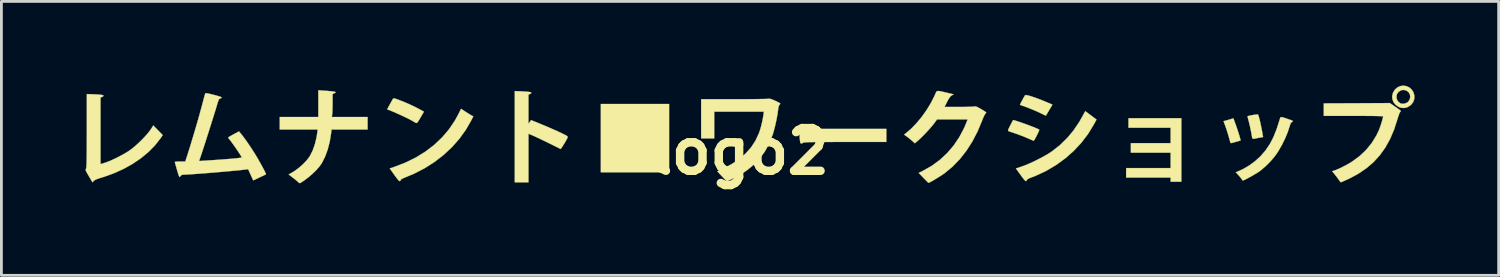
<source format=kicad_pcb>
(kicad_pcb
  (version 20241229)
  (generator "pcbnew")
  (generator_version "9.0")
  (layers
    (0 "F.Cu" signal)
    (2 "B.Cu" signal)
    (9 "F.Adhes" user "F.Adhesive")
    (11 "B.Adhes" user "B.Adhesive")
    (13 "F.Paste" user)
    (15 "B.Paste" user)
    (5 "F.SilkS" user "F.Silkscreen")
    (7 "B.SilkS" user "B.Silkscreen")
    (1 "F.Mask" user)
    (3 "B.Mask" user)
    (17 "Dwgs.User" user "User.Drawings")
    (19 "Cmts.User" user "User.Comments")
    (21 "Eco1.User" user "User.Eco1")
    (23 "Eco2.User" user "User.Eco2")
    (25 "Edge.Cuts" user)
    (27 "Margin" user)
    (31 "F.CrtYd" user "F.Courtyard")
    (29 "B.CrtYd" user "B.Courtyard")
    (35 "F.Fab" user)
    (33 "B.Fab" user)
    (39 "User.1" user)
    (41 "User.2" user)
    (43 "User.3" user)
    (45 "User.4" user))
  (footprint "logo2"
    (layer "F.Cu")
    (at 23.309 2.351)
    (property "Reference" "logo2" (at 0 0 0) (layer "F.SilkS") (effects (font (size 1.524 1.524) (thickness 0.3))))
    (attr through_hole)
    (fp_poly (pts (xy -2.498 0.741) (xy -4.932 0.741) (xy -4.932 -1.693) (xy -2.498 -1.693) (xy -2.498 0.741)) (stroke (width 0.01) (type solid)) (fill yes) (layer "F.SilkS"))
    (fp_poly (pts (xy 15.769 1.079) (xy 15.388 1.079) (xy 15.388 0.931) (xy 13.801 0.931) (xy 13.801 0.593) (xy 15.388 0.593) (xy 15.388 0.042) (xy 13.97 0.042) (xy 13.97 -0.296) (xy 15.388 -0.296) (xy 15.388 -0.847) (xy 13.885 -0.847) (xy 13.885 -1.185) (xy 15.769 -1.185) (xy 15.769 1.079)) (stroke (width 0.01) (type solid)) (fill yes) (layer "F.SilkS"))
    (fp_poly (pts (xy 5.249 -0.339) (xy 3.782 -0.339) (xy 3.493 -0.339) (xy 3.242 -0.338) (xy 3.029 -0.338) (xy 2.849 -0.337) (xy 2.699 -0.335) (xy 2.578 -0.333) (xy 2.482 -0.331) (xy 2.408 -0.328) (xy 2.353 -0.324) (xy 2.315 -0.32) (xy 2.29 -0.315) (xy 2.276 -0.309) (xy 2.274 -0.308) (xy 2.226 -0.28) (xy 2.195 -0.288) (xy 2.177 -0.333) (xy 2.172 -0.365) (xy 2.165 -0.431) (xy 2.158 -0.52) (xy 2.152 -0.617) (xy 2.151 -0.63) (xy 2.142 -0.804) (xy 5.249 -0.804) (xy 5.249 -0.339)) (stroke (width 0.01) (type solid)) (fill yes) (layer "F.SilkS"))
    (fp_poly (pts (xy 17.703 -0.971) (xy 17.736 -0.878) (xy 17.77 -0.776) (xy 17.804 -0.672) (xy 17.835 -0.574) (xy 17.859 -0.49) (xy 17.876 -0.427) (xy 17.882 -0.395) (xy 17.881 -0.392) (xy 17.858 -0.384) (xy 17.806 -0.369) (xy 17.738 -0.349) (xy 17.664 -0.329) (xy 17.599 -0.311) (xy 17.552 -0.299) (xy 17.538 -0.296) (xy 17.521 -0.313) (xy 17.517 -0.323) (xy 17.508 -0.354) (xy 17.491 -0.415) (xy 17.469 -0.496) (xy 17.457 -0.54) (xy 17.423 -0.653) (xy 17.383 -0.778) (xy 17.345 -0.889) (xy 17.34 -0.904) (xy 17.275 -1.079) (xy 17.353 -1.1) (xy 17.424 -1.12) (xy 17.505 -1.145) (xy 17.528 -1.151) (xy 17.625 -1.181) (xy 17.703 -0.971)) (stroke (width 0.01) (type solid)) (fill yes) (layer "F.SilkS"))
    (fp_poly (pts (xy -12.286 -1.889) (xy -12.232 -1.873) (xy -12.149 -1.843) (xy -12.116 -1.831) (xy -11.932 -1.758) (xy -11.737 -1.672) (xy -11.547 -1.582) (xy -11.381 -1.495) (xy -11.373 -1.491) (xy -11.242 -1.418) (xy -11.35 -1.233) (xy -11.407 -1.135) (xy -11.448 -1.069) (xy -11.478 -1.031) (xy -11.503 -1.015) (xy -11.527 -1.018) (xy -11.557 -1.034) (xy -11.568 -1.041) (xy -11.652 -1.091) (xy -11.767 -1.152) (xy -11.904 -1.22) (xy -12.054 -1.291) (xy -12.207 -1.36) (xy -12.356 -1.424) (xy -12.49 -1.478) (xy -12.5 -1.482) (xy -12.553 -1.502) (xy -12.462 -1.667) (xy -12.419 -1.745) (xy -12.381 -1.814) (xy -12.354 -1.86) (xy -12.349 -1.87) (xy -12.336 -1.886) (xy -12.318 -1.893) (xy -12.286 -1.889)) (stroke (width 0.01) (type solid)) (fill yes) (layer "F.SilkS"))
    (fp_poly (pts (xy 10.287 -2.001) (xy 10.378 -1.977) (xy 10.492 -1.94) (xy 10.626 -1.893) (xy 10.775 -1.836) (xy 10.933 -1.771) (xy 10.936 -1.77) (xy 11.172 -1.67) (xy 11.059 -1.478) (xy 11.011 -1.398) (xy 10.972 -1.334) (xy 10.947 -1.292) (xy 10.939 -1.28) (xy 10.918 -1.286) (xy 10.871 -1.307) (xy 10.806 -1.339) (xy 10.806 -1.339) (xy 10.704 -1.388) (xy 10.58 -1.444) (xy 10.445 -1.501) (xy 10.314 -1.554) (xy 10.199 -1.598) (xy 10.139 -1.619) (xy 10.075 -1.64) (xy 10.029 -1.657) (xy 10.015 -1.663) (xy 10.022 -1.682) (xy 10.044 -1.729) (xy 10.077 -1.792) (xy 10.115 -1.863) (xy 10.153 -1.931) (xy 10.186 -1.987) (xy 10.198 -2.006) (xy 10.226 -2.011) (xy 10.287 -2.001)) (stroke (width 0.01) (type solid)) (fill yes) (layer "F.SilkS"))
    (fp_poly (pts (xy 18.503 -1.316) (xy 18.517 -1.286) (xy 18.537 -1.223) (xy 18.56 -1.133) (xy 18.586 -1.025) (xy 18.611 -0.905) (xy 18.636 -0.782) (xy 18.644 -0.739) (xy 18.684 -0.514) (xy 18.544 -0.489) (xy 18.464 -0.474) (xy 18.396 -0.46) (xy 18.357 -0.452) (xy 18.314 -0.453) (xy 18.301 -0.469) (xy 18.293 -0.503) (xy 18.282 -0.566) (xy 18.268 -0.644) (xy 18.267 -0.652) (xy 18.251 -0.735) (xy 18.23 -0.837) (xy 18.206 -0.945) (xy 18.18 -1.051) (xy 18.157 -1.142) (xy 18.138 -1.209) (xy 18.13 -1.229) (xy 18.13 -1.247) (xy 18.151 -1.261) (xy 18.199 -1.276) (xy 18.281 -1.292) (xy 18.303 -1.296) (xy 18.387 -1.31) (xy 18.455 -1.317) (xy 18.496 -1.318) (xy 18.503 -1.316)) (stroke (width 0.01) (type solid)) (fill yes) (layer "F.SilkS"))
    (fp_poly (pts (xy -9.765 -1.421) (xy -9.686 -1.371) (xy -9.612 -1.325) (xy -9.556 -1.292) (xy -9.547 -1.287) (xy -9.481 -1.25) (xy -9.548 -1.118) (xy -9.744 -0.777) (xy -9.976 -0.455) (xy -10.242 -0.154) (xy -10.539 0.123) (xy -10.865 0.375) (xy -11.217 0.599) (xy -11.594 0.793) (xy -11.88 0.913) (xy -11.96 0.946) (xy -12.023 0.977) (xy -12.059 1) (xy -12.065 1.008) (xy -12.08 1.041) (xy -12.093 1.055) (xy -12.11 1.058) (xy -12.135 1.041) (xy -12.173 1) (xy -12.227 0.93) (xy -12.291 0.842) (xy -12.46 0.606) (xy -12.289 0.548) (xy -11.893 0.395) (xy -11.524 0.213) (xy -11.184 0.003) (xy -10.875 -0.234) (xy -10.597 -0.496) (xy -10.352 -0.783) (xy -10.141 -1.094) (xy -10.019 -1.316) (xy -9.917 -1.52) (xy -9.765 -1.421)) (stroke (width 0.01) (type solid)) (fill yes) (layer "F.SilkS"))
    (fp_poly (pts (xy 12.743 -1.137) (xy 12.644 -0.955) (xy 12.441 -0.622) (xy 12.202 -0.309) (xy 11.931 -0.019) (xy 11.63 0.246) (xy 11.303 0.483) (xy 10.954 0.69) (xy 10.584 0.863) (xy 10.43 0.923) (xy 10.354 0.953) (xy 10.297 0.982) (xy 10.268 1.003) (xy 10.266 1.008) (xy 10.251 1.041) (xy 10.238 1.055) (xy 10.221 1.057) (xy 10.194 1.037) (xy 10.154 0.993) (xy 10.097 0.919) (xy 10.041 0.842) (xy 9.871 0.606) (xy 10.084 0.536) (xy 10.221 0.485) (xy 10.38 0.417) (xy 10.551 0.337) (xy 10.724 0.25) (xy 10.889 0.161) (xy 11.036 0.076) (xy 11.153 -0.001) (xy 11.16 -0.006) (xy 11.444 -0.231) (xy 11.695 -0.475) (xy 11.92 -0.743) (xy 12.123 -1.042) (xy 12.243 -1.253) (xy 12.343 -1.437) (xy 12.743 -1.137)) (stroke (width 0.01) (type solid)) (fill yes) (layer "F.SilkS"))
    (fp_poly (pts (xy 9.791 -1.115) (xy 9.846 -1.101) (xy 9.927 -1.075) (xy 10.028 -1.042) (xy 10.14 -1.002) (xy 10.258 -0.96) (xy 10.375 -0.916) (xy 10.483 -0.874) (xy 10.577 -0.836) (xy 10.65 -0.805) (xy 10.694 -0.783) (xy 10.703 -0.776) (xy 10.699 -0.754) (xy 10.679 -0.705) (xy 10.648 -0.638) (xy 10.611 -0.564) (xy 10.573 -0.491) (xy 10.539 -0.431) (xy 10.514 -0.392) (xy 10.504 -0.382) (xy 10.479 -0.391) (xy 10.425 -0.413) (xy 10.35 -0.446) (xy 10.299 -0.468) (xy 10.197 -0.511) (xy 10.073 -0.56) (xy 9.945 -0.608) (xy 9.865 -0.637) (xy 9.768 -0.67) (xy 9.685 -0.698) (xy 9.624 -0.719) (xy 9.595 -0.73) (xy 9.595 -0.73) (xy 9.59 -0.752) (xy 9.61 -0.809) (xy 9.654 -0.901) (xy 9.667 -0.925) (xy 9.709 -1.004) (xy 9.742 -1.068) (xy 9.763 -1.108) (xy 9.769 -1.117) (xy 9.791 -1.115)) (stroke (width 0.01) (type solid)) (fill yes) (layer "F.SilkS"))
    (fp_poly (pts (xy -7.795 -2.145) (xy -7.641 -2.137) (xy -7.527 -2.127) (xy -7.452 -2.116) (xy -7.414 -2.101) (xy -7.409 -2.083) (xy -7.438 -2.061) (xy -7.461 -2.049) (xy -7.514 -2.025) (xy -7.514 -0.987) (xy -7.466 -1.052) (xy -7.418 -1.117) (xy -7.069 -0.975) (xy -6.914 -0.91) (xy -6.759 -0.844) (xy -6.608 -0.778) (xy -6.469 -0.716) (xy -6.346 -0.659) (xy -6.246 -0.61) (xy -6.175 -0.573) (xy -6.14 -0.551) (xy -6.123 -0.536) (xy -6.115 -0.519) (xy -6.12 -0.492) (xy -6.14 -0.449) (xy -6.177 -0.383) (xy -6.225 -0.3) (xy -6.276 -0.217) (xy -6.32 -0.149) (xy -6.352 -0.104) (xy -6.368 -0.089) (xy -6.368 -0.089) (xy -6.625 -0.217) (xy -6.846 -0.326) (xy -7.03 -0.415) (xy -7.177 -0.485) (xy -7.289 -0.537) (xy -7.361 -0.569) (xy -7.514 -0.633) (xy -7.514 1.101) (xy -8.001 1.101) (xy -8.001 -2.153) (xy -7.795 -2.145)) (stroke (width 0.01) (type solid)) (fill yes) (layer "F.SilkS"))
    (fp_poly (pts (xy 23.808 -2.326) (xy 23.91 -2.275) (xy 23.996 -2.192) (xy 24.048 -2.106) (xy 24.081 -1.987) (xy 24.076 -1.869) (xy 24.035 -1.758) (xy 23.961 -1.663) (xy 23.857 -1.591) (xy 23.829 -1.578) (xy 23.711 -1.548) (xy 23.595 -1.56) (xy 23.527 -1.585) (xy 23.419 -1.656) (xy 23.341 -1.749) (xy 23.297 -1.859) (xy 23.29 -1.95) (xy 23.439 -1.95) (xy 23.454 -1.86) (xy 23.5 -1.78) (xy 23.573 -1.721) (xy 23.59 -1.712) (xy 23.669 -1.698) (xy 23.757 -1.713) (xy 23.836 -1.753) (xy 23.859 -1.772) (xy 23.913 -1.853) (xy 23.933 -1.943) (xy 23.92 -2.032) (xy 23.875 -2.111) (xy 23.801 -2.169) (xy 23.797 -2.17) (xy 23.699 -2.196) (xy 23.603 -2.181) (xy 23.515 -2.125) (xy 23.507 -2.117) (xy 23.455 -2.039) (xy 23.439 -1.95) (xy 23.29 -1.95) (xy 23.288 -1.977) (xy 23.319 -2.097) (xy 23.323 -2.106) (xy 23.393 -2.214) (xy 23.484 -2.289) (xy 23.588 -2.333) (xy 23.698 -2.346) (xy 23.808 -2.326)) (stroke (width 0.01) (type solid)) (fill yes) (layer "F.SilkS"))
    (fp_poly (pts (xy -14.833 -2.169) (xy -14.673 -2.158) (xy -14.552 -2.147) (xy -14.467 -2.137) (xy -14.415 -2.127) (xy -14.392 -2.115) (xy -14.395 -2.1) (xy -14.421 -2.083) (xy -14.446 -2.07) (xy -14.499 -2.046) (xy -14.499 -1.735) (xy -14.5 -1.615) (xy -14.503 -1.502) (xy -14.506 -1.406) (xy -14.511 -1.339) (xy -14.513 -1.326) (xy -14.526 -1.228) (xy -13.888 -1.228) (xy -13.25 -1.228) (xy -13.25 -0.783) (xy -14.537 -0.783) (xy -14.552 -0.651) (xy -14.599 -0.356) (xy -14.671 -0.074) (xy -14.766 0.185) (xy -14.882 0.415) (xy -14.884 0.418) (xy -14.967 0.536) (xy -15.081 0.666) (xy -15.217 0.798) (xy -15.366 0.926) (xy -15.521 1.042) (xy -15.655 1.128) (xy -15.685 1.125) (xy -15.718 1.099) (xy -15.751 1.067) (xy -15.809 1.019) (xy -15.88 0.962) (xy -15.911 0.938) (xy -16.065 0.82) (xy -15.986 0.778) (xy -15.841 0.689) (xy -15.692 0.577) (xy -15.55 0.451) (xy -15.425 0.32) (xy -15.327 0.193) (xy -15.307 0.161) (xy -15.209 -0.033) (xy -15.129 -0.259) (xy -15.069 -0.509) (xy -15.042 -0.683) (xy -15.029 -0.783) (xy -16.383 -0.783) (xy -16.383 -1.228) (xy -15.007 -1.228) (xy -15.007 -2.181) (xy -14.833 -2.169)) (stroke (width 0.01) (type solid)) (fill yes) (layer "F.SilkS"))
    (fp_poly (pts (xy 19.372 -1.219) (xy 19.436 -1.201) (xy 19.532 -1.169) (xy 19.547 -1.164) (xy 19.646 -1.13) (xy 19.71 -1.106) (xy 19.743 -1.09) (xy 19.752 -1.078) (xy 19.74 -1.067) (xy 19.725 -1.059) (xy 19.689 -1.033) (xy 19.661 -0.986) (xy 19.635 -0.909) (xy 19.633 -0.903) (xy 19.565 -0.694) (xy 19.472 -0.469) (xy 19.361 -0.242) (xy 19.238 -0.027) (xy 19.181 0.063) (xy 19.072 0.21) (xy 18.936 0.365) (xy 18.787 0.514) (xy 18.636 0.646) (xy 18.542 0.718) (xy 18.481 0.758) (xy 18.401 0.806) (xy 18.31 0.86) (xy 18.215 0.913) (xy 18.124 0.962) (xy 18.047 1.002) (xy 17.99 1.028) (xy 17.963 1.037) (xy 17.947 1.021) (xy 17.919 0.983) (xy 17.917 0.981) (xy 17.882 0.933) (xy 17.831 0.872) (xy 17.796 0.833) (xy 17.712 0.742) (xy 17.77 0.72) (xy 17.98 0.624) (xy 18.193 0.497) (xy 18.396 0.349) (xy 18.576 0.187) (xy 18.589 0.174) (xy 18.769 -0.033) (xy 18.923 -0.26) (xy 19.055 -0.513) (xy 19.168 -0.798) (xy 19.209 -0.924) (xy 19.24 -1.023) (xy 19.268 -1.11) (xy 19.289 -1.175) (xy 19.301 -1.208) (xy 19.301 -1.209) (xy 19.311 -1.222) (xy 19.332 -1.226) (xy 19.372 -1.219)) (stroke (width 0.01) (type solid)) (fill yes) (layer "F.SilkS"))
    (fp_poly (pts (xy -23.035 -2.038) (xy -22.884 -2.031) (xy -22.774 -2.022) (xy -22.703 -2.01) (xy -22.669 -1.995) (xy -22.67 -1.976) (xy -22.705 -1.952) (xy -22.722 -1.943) (xy -22.775 -1.919) (xy -22.775 0.449) (xy -22.717 0.435) (xy -22.597 0.398) (xy -22.452 0.342) (xy -22.292 0.271) (xy -22.127 0.19) (xy -21.966 0.104) (xy -21.819 0.017) (xy -21.749 -0.028) (xy -21.634 -0.114) (xy -21.507 -0.221) (xy -21.375 -0.343) (xy -21.247 -0.471) (xy -21.132 -0.596) (xy -21.037 -0.711) (xy -20.991 -0.775) (xy -20.892 -0.926) (xy -20.724 -0.755) (xy -20.557 -0.584) (xy -20.637 -0.467) (xy -20.832 -0.217) (xy -21.065 0.019) (xy -21.33 0.239) (xy -21.626 0.44) (xy -21.948 0.62) (xy -22.292 0.776) (xy -22.656 0.907) (xy -22.773 0.942) (xy -22.898 0.984) (xy -22.982 1.023) (xy -23.017 1.05) (xy -23.061 1.1) (xy -23.191 0.88) (xy -23.246 0.785) (xy -23.282 0.72) (xy -23.3 0.676) (xy -23.304 0.647) (xy -23.297 0.626) (xy -23.293 0.621) (xy -23.287 0.606) (xy -23.281 0.579) (xy -23.277 0.535) (xy -23.273 0.472) (xy -23.27 0.387) (xy -23.268 0.278) (xy -23.266 0.14) (xy -23.265 -0.028) (xy -23.264 -0.231) (xy -23.263 -0.469) (xy -23.263 -0.732) (xy -23.262 -2.046) (xy -23.035 -2.038)) (stroke (width 0.01) (type solid)) (fill yes) (layer "F.SilkS"))
    (fp_poly (pts (xy 23.395 -1.594) (xy 23.486 -1.531) (xy 23.546 -1.488) (xy 23.582 -1.46) (xy 23.596 -1.443) (xy 23.595 -1.43) (xy 23.583 -1.419) (xy 23.575 -1.413) (xy 23.557 -1.383) (xy 23.531 -1.321) (xy 23.502 -1.237) (xy 23.475 -1.147) (xy 23.355 -0.778) (xy 23.212 -0.442) (xy 23.043 -0.139) (xy 22.848 0.134) (xy 22.625 0.379) (xy 22.371 0.597) (xy 22.086 0.791) (xy 21.767 0.963) (xy 21.671 1.007) (xy 21.586 1.045) (xy 21.516 1.076) (xy 21.47 1.095) (xy 21.456 1.101) (xy 21.441 1.085) (xy 21.41 1.044) (xy 21.378 1) (xy 21.321 0.922) (xy 21.256 0.839) (xy 21.227 0.802) (xy 21.147 0.705) (xy 21.226 0.681) (xy 21.302 0.653) (xy 21.404 0.608) (xy 21.521 0.551) (xy 21.642 0.489) (xy 21.756 0.425) (xy 21.851 0.367) (xy 22.122 0.169) (xy 22.358 -0.053) (xy 22.559 -0.3) (xy 22.726 -0.571) (xy 22.816 -0.761) (xy 22.846 -0.838) (xy 22.879 -0.932) (xy 22.91 -1.03) (xy 22.937 -1.123) (xy 22.957 -1.199) (xy 22.966 -1.248) (xy 22.966 -1.253) (xy 22.945 -1.256) (xy 22.887 -1.259) (xy 22.793 -1.262) (xy 22.67 -1.265) (xy 22.52 -1.267) (xy 22.348 -1.268) (xy 22.158 -1.27) (xy 21.953 -1.27) (xy 21.907 -1.27) (xy 20.849 -1.27) (xy 20.849 -1.714) (xy 22.027 -1.719) (xy 23.206 -1.725) (xy 23.395 -1.594)) (stroke (width 0.01) (type solid)) (fill yes) (layer "F.SilkS"))
    (fp_poly (pts (xy 1.097 -1.88) (xy 1.154 -1.863) (xy 1.234 -1.83) (xy 1.288 -1.806) (xy 1.377 -1.763) (xy 1.432 -1.735) (xy 1.46 -1.715) (xy 1.466 -1.699) (xy 1.455 -1.682) (xy 1.445 -1.673) (xy 1.417 -1.631) (xy 1.398 -1.561) (xy 1.389 -1.489) (xy 1.369 -1.339) (xy 1.337 -1.164) (xy 1.298 -0.979) (xy 1.254 -0.799) (xy 1.209 -0.639) (xy 1.195 -0.596) (xy 1.074 -0.29) (xy 0.927 -0.015) (xy 0.751 0.231) (xy 0.543 0.453) (xy 0.301 0.654) (xy 0.189 0.732) (xy 0.11 0.782) (xy 0.015 0.837) (xy -0.087 0.894) (xy -0.19 0.948) (xy -0.284 0.995) (xy -0.363 1.032) (xy -0.418 1.053) (xy -0.439 1.058) (xy -0.459 1.043) (xy -0.501 1.003) (xy -0.558 0.944) (xy -0.616 0.883) (xy -0.777 0.709) (xy -0.557 0.605) (xy -0.256 0.445) (xy 0.006 0.269) (xy 0.232 0.073) (xy 0.422 -0.141) (xy 0.577 -0.376) (xy 0.699 -0.634) (xy 0.749 -0.775) (xy 0.788 -0.915) (xy 0.826 -1.076) (xy 0.856 -1.236) (xy 0.873 -1.349) (xy 0.882 -1.418) (xy -0.004 -1.418) (xy -0.889 -1.418) (xy -0.889 -0.466) (xy -1.355 -0.466) (xy -1.355 -1.863) (xy -0.152 -1.863) (xy 0.07 -1.863) (xy 0.279 -1.864) (xy 0.472 -1.865) (xy 0.645 -1.867) (xy 0.793 -1.87) (xy 0.914 -1.872) (xy 1.003 -1.875) (xy 1.056 -1.878) (xy 1.07 -1.881) (xy 1.097 -1.88)) (stroke (width 0.01) (type solid)) (fill yes) (layer "F.SilkS"))
    (fp_poly (pts (xy 7.19 -2.144) (xy 7.287 -2.122) (xy 7.398 -2.096) (xy 7.652 -2.037) (xy 7.581 -1.998) (xy 7.538 -1.964) (xy 7.494 -1.909) (xy 7.444 -1.825) (xy 7.417 -1.773) (xy 7.323 -1.587) (xy 7.859 -1.587) (xy 8.008 -1.588) (xy 8.143 -1.59) (xy 8.256 -1.594) (xy 8.343 -1.598) (xy 8.398 -1.603) (xy 8.415 -1.607) (xy 8.442 -1.605) (xy 8.499 -1.582) (xy 8.582 -1.537) (xy 8.633 -1.508) (xy 8.72 -1.455) (xy 8.775 -1.42) (xy 8.803 -1.396) (xy 8.81 -1.379) (xy 8.8 -1.363) (xy 8.788 -1.354) (xy 8.763 -1.32) (xy 8.729 -1.256) (xy 8.692 -1.172) (xy 8.667 -1.109) (xy 8.505 -0.719) (xy 8.317 -0.357) (xy 8.105 -0.026) (xy 7.87 0.273) (xy 7.613 0.538) (xy 7.337 0.767) (xy 7.307 0.789) (xy 7.235 0.838) (xy 7.149 0.894) (xy 7.057 0.951) (xy 6.965 1.007) (xy 6.881 1.056) (xy 6.813 1.093) (xy 6.767 1.116) (xy 6.753 1.119) (xy 6.735 1.104) (xy 6.693 1.064) (xy 6.635 1.006) (xy 6.572 0.941) (xy 6.403 0.765) (xy 6.554 0.691) (xy 6.867 0.514) (xy 7.155 0.303) (xy 7.416 0.061) (xy 7.649 -0.211) (xy 7.852 -0.512) (xy 8.025 -0.839) (xy 8.114 -1.053) (xy 8.149 -1.143) (xy 7.057 -1.143) (xy 6.953 -1.001) (xy 6.88 -0.909) (xy 6.785 -0.799) (xy 6.677 -0.682) (xy 6.566 -0.566) (xy 6.462 -0.463) (xy 6.373 -0.383) (xy 6.368 -0.378) (xy 6.265 -0.292) (xy 6.175 -0.374) (xy 6.102 -0.436) (xy 6.02 -0.502) (xy 5.984 -0.529) (xy 5.883 -0.601) (xy 5.952 -0.654) (xy 6.141 -0.817) (xy 6.33 -1.014) (xy 6.513 -1.235) (xy 6.683 -1.474) (xy 6.834 -1.721) (xy 6.959 -1.968) (xy 6.977 -2.007) (xy 7.003 -2.069) (xy 7.024 -2.113) (xy 7.046 -2.142) (xy 7.076 -2.155) (xy 7.122 -2.156) (xy 7.19 -2.144)) (stroke (width 0.01) (type solid)) (fill yes) (layer "F.SilkS"))
    (fp_poly (pts (xy -18.95 -2.069) (xy -18.867 -2.051) (xy -18.767 -2.027) (xy -18.727 -2.017) (xy -18.611 -1.985) (xy -18.531 -1.961) (xy -18.482 -1.943) (xy -18.459 -1.928) (xy -18.458 -1.915) (xy -18.46 -1.912) (xy -18.5 -1.887) (xy -18.519 -1.884) (xy -18.54 -1.873) (xy -18.561 -1.837) (xy -18.586 -1.771) (xy -18.615 -1.677) (xy -18.639 -1.594) (xy -18.675 -1.476) (xy -18.72 -1.332) (xy -18.772 -1.167) (xy -18.828 -0.987) (xy -18.887 -0.8) (xy -18.947 -0.612) (xy -19.005 -0.43) (xy -19.06 -0.259) (xy -19.11 -0.107) (xy -19.151 0.02) (xy -19.175 0.092) (xy -19.26 0.342) (xy -19.044 0.328) (xy -18.751 0.309) (xy -18.493 0.291) (xy -18.271 0.274) (xy -18.087 0.259) (xy -17.94 0.245) (xy -17.832 0.232) (xy -17.765 0.221) (xy -17.738 0.212) (xy -17.738 0.211) (xy -17.749 0.186) (xy -17.781 0.134) (xy -17.827 0.062) (xy -17.883 -0.023) (xy -17.945 -0.114) (xy -18.008 -0.204) (xy -18.066 -0.285) (xy -18.114 -0.351) (xy -18.141 -0.385) (xy -18.185 -0.439) (xy -18.215 -0.479) (xy -18.224 -0.495) (xy -18.207 -0.509) (xy -18.16 -0.538) (xy -18.091 -0.578) (xy -18.031 -0.611) (xy -17.837 -0.716) (xy -17.763 -0.628) (xy -17.682 -0.525) (xy -17.587 -0.395) (xy -17.484 -0.248) (xy -17.381 -0.092) (xy -17.283 0.061) (xy -17.252 0.111) (xy -17.189 0.217) (xy -17.123 0.331) (xy -17.059 0.445) (xy -17 0.553) (xy -16.948 0.651) (xy -16.907 0.73) (xy -16.881 0.786) (xy -16.872 0.813) (xy -16.873 0.814) (xy -16.894 0.825) (xy -16.945 0.851) (xy -17.02 0.886) (xy -17.104 0.926) (xy -17.328 1.031) (xy -17.512 0.631) (xy -17.598 0.643) (xy -17.683 0.654) (xy -17.802 0.667) (xy -17.948 0.681) (xy -18.116 0.697) (xy -18.3 0.714) (xy -18.496 0.731) (xy -18.696 0.748) (xy -18.896 0.765) (xy -19.09 0.78) (xy -19.271 0.794) (xy -19.435 0.806) (xy -19.576 0.816) (xy -19.687 0.822) (xy -19.764 0.825) (xy -19.78 0.825) (xy -19.851 0.83) (xy -19.892 0.845) (xy -19.913 0.868) (xy -19.941 0.901) (xy -19.958 0.91) (xy -19.97 0.891) (xy -19.991 0.839) (xy -20.016 0.761) (xy -20.044 0.666) (xy -20.045 0.661) (xy -20.073 0.563) (xy -20.097 0.478) (xy -20.115 0.416) (xy -20.124 0.386) (xy -20.124 0.386) (xy -20.118 0.373) (xy -20.085 0.365) (xy -20.019 0.361) (xy -19.942 0.36) (xy -19.751 0.36) (xy -19.677 0.132) (xy -19.61 -0.079) (xy -19.538 -0.314) (xy -19.463 -0.563) (xy -19.387 -0.819) (xy -19.313 -1.073) (xy -19.244 -1.317) (xy -19.182 -1.542) (xy -19.129 -1.741) (xy -19.103 -1.841) (xy -19.079 -1.933) (xy -19.057 -2.01) (xy -19.04 -2.061) (xy -19.033 -2.078) (xy -19.008 -2.078) (xy -18.95 -2.069)) (stroke (width 0.01) (type solid)) (fill yes) (layer "F.SilkS")))
  (gr_rect
    (start -3 -3)
    (end 50.395 6.769)
    (stroke (width 0.1) (type default))
    (fill no)
    (layer "Edge.Cuts")))
</source>
